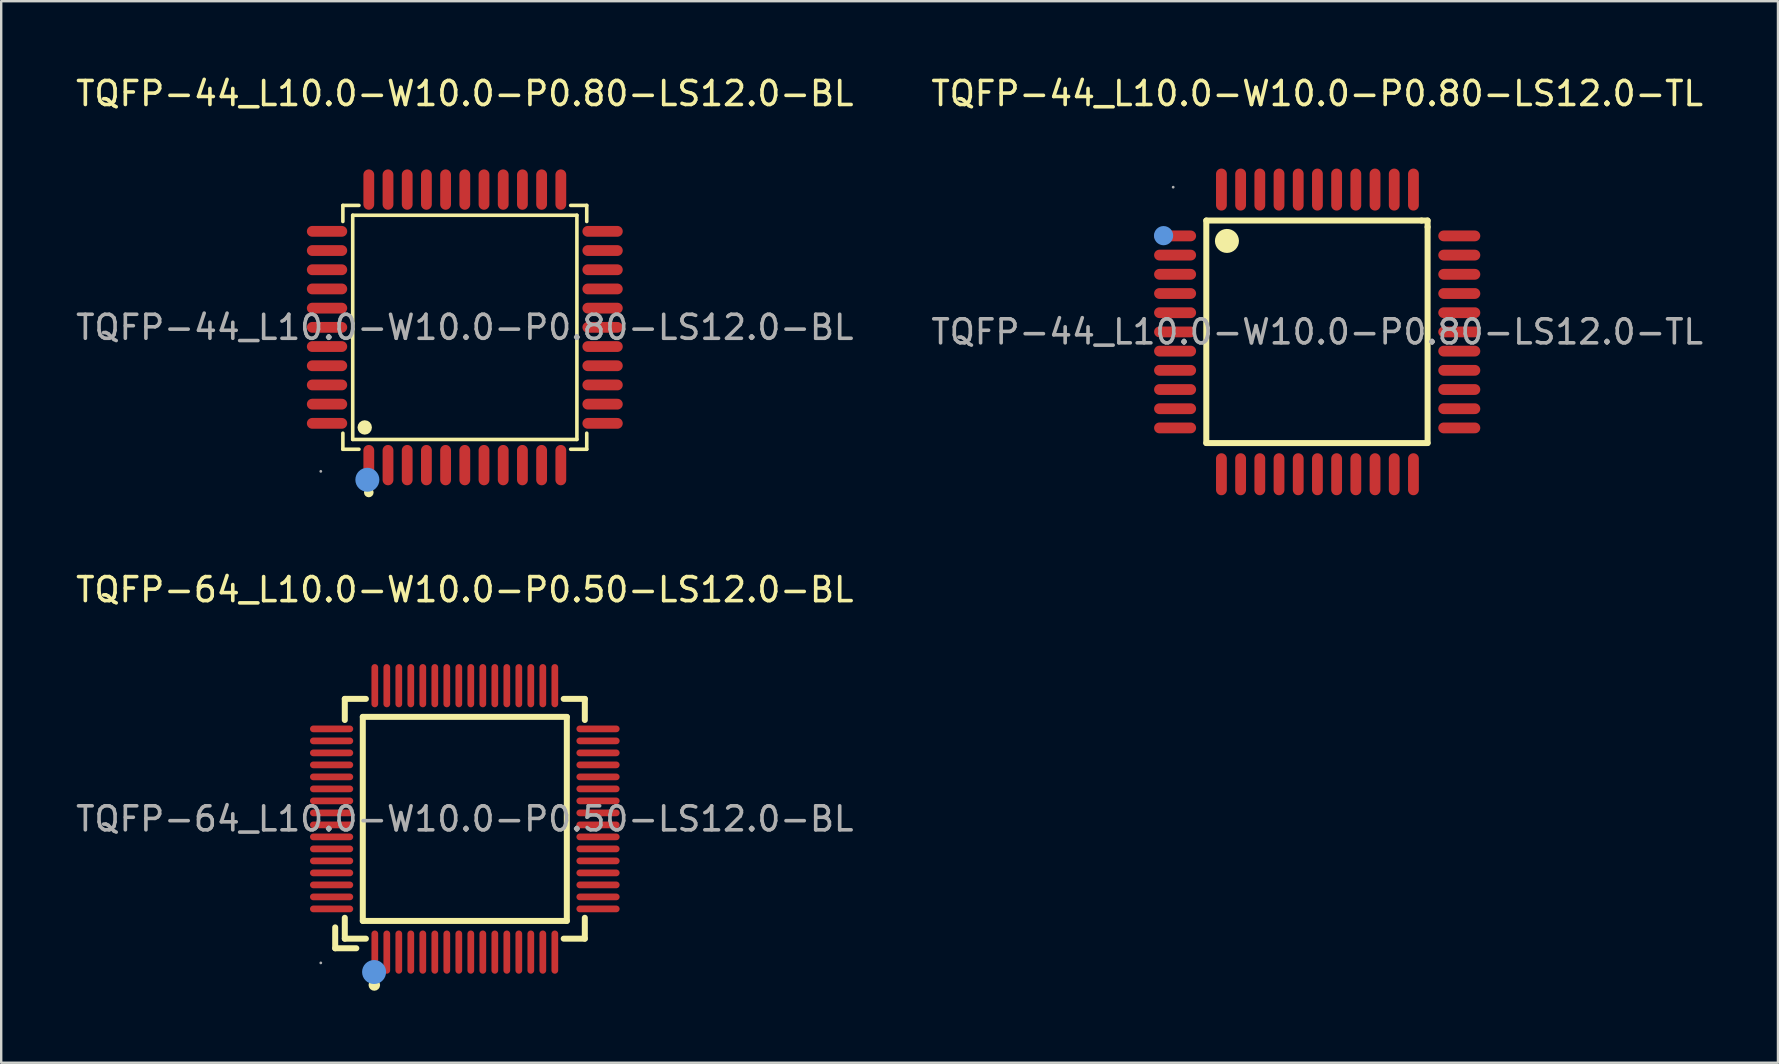
<source format=kicad_pcb>
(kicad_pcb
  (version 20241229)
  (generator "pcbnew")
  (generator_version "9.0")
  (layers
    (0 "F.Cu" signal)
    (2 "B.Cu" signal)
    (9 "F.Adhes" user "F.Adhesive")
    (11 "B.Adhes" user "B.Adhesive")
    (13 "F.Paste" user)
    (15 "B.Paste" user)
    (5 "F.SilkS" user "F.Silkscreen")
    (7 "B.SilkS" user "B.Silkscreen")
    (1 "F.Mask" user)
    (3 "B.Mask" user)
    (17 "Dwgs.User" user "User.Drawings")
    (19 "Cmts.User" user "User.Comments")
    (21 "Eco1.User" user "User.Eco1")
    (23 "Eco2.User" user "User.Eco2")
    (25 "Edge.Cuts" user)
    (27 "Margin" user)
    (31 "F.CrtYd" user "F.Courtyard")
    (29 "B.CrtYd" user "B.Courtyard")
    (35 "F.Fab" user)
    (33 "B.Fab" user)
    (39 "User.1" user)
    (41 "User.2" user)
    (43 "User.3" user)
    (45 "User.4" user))
  (footprint "TQFP-44_L10.0-W10.0-P0.80-LS12.0-TL"
    (layer "F.Cu")
    (at 51.827 10.778)
    (property "Reference" "TQFP-44_L10.0-W10.0-P0.80-LS12.0-TL" (at 0 -9.93 0) (layer "F.SilkS") (effects (font (size 1 1) (thickness 0.15))))
    (attr through_hole)
    (fp_line (start -4.62 -4.64) (end 4.35 -4.64) (stroke (width 0.25) (type solid)) (layer "F.SilkS"))
    (fp_line (start -4.62 4.63) (end -4.62 -4.64) (stroke (width 0.25) (type solid)) (layer "F.SilkS"))
    (fp_line (start 4.35 -4.64) (end 4.6 -4.64) (stroke (width 0.25) (type solid)) (layer "F.SilkS"))
    (fp_line (start 4.6 -4.64) (end 4.6 -4.37) (stroke (width 0.25) (type solid)) (layer "F.SilkS"))
    (fp_line (start 4.6 -4.37) (end 4.6 4.63) (stroke (width 0.25) (type solid)) (layer "F.SilkS"))
    (fp_line (start 4.6 4.63) (end -4.62 4.63) (stroke (width 0.25) (type solid)) (layer "F.SilkS"))
    (fp_arc (start -3.51 -3.79) (mid -4.00995 -3.785004) (end -3.5102 -3.799989) (stroke (width 0.5) (type solid)) (layer "F.SilkS"))
    (fp_circle (center -6.4 -4.01) (end -6.2 -4.01) (stroke (width 0.4) (type solid)) (fill no) (layer "Cmts.User"))
    (fp_circle (center -6 -6.03) (end -5.97 -6.03) (stroke (width 0.06) (type solid)) (fill no) (layer "F.Fab"))
    (fp_text user "${REFERENCE}" (at 0 0 0) (layer "F.Fab") (effects (font (size 1 1) (thickness 0.15))))
    (pad "1" smd oval (at -5.92 -4 90) (size 0.45 1.75) (layers "F.Cu" "F.Mask" "F.Paste"))
    (pad "2" smd oval (at -5.92 -3.2 90) (size 0.45 1.75) (layers "F.Cu" "F.Mask" "F.Paste"))
    (pad "3" smd oval (at -5.92 -2.4 90) (size 0.45 1.75) (layers "F.Cu" "F.Mask" "F.Paste"))
    (pad "4" smd oval (at -5.92 -1.6 90) (size 0.45 1.75) (layers "F.Cu" "F.Mask" "F.Paste"))
    (pad "5" smd oval (at -5.92 -0.8 90) (size 0.45 1.75) (layers "F.Cu" "F.Mask" "F.Paste"))
    (pad "6" smd oval (at -5.92 0 90) (size 0.45 1.75) (layers "F.Cu" "F.Mask" "F.Paste"))
    (pad "7" smd oval (at -5.92 0.8 90) (size 0.45 1.75) (layers "F.Cu" "F.Mask" "F.Paste"))
    (pad "8" smd oval (at -5.92 1.6 90) (size 0.45 1.75) (layers "F.Cu" "F.Mask" "F.Paste"))
    (pad "9" smd oval (at -5.92 2.4 90) (size 0.45 1.75) (layers "F.Cu" "F.Mask" "F.Paste"))
    (pad "10" smd oval (at -5.92 3.2 90) (size 0.45 1.75) (layers "F.Cu" "F.Mask" "F.Paste"))
    (pad "11" smd oval (at -5.92 4 90) (size 0.45 1.75) (layers "F.Cu" "F.Mask" "F.Paste"))
    (pad "12" smd oval (at -3.99 5.93) (size 0.45 1.75) (layers "F.Cu" "F.Mask" "F.Paste"))
    (pad "13" smd oval (at -3.19 5.93) (size 0.45 1.75) (layers "F.Cu" "F.Mask" "F.Paste"))
    (pad "14" smd oval (at -2.39 5.93) (size 0.45 1.75) (layers "F.Cu" "F.Mask" "F.Paste"))
    (pad "15" smd oval (at -1.59 5.93) (size 0.45 1.75) (layers "F.Cu" "F.Mask" "F.Paste"))
    (pad "16" smd oval (at -0.79 5.93) (size 0.45 1.75) (layers "F.Cu" "F.Mask" "F.Paste"))
    (pad "17" smd oval (at 0.01 5.93) (size 0.45 1.75) (layers "F.Cu" "F.Mask" "F.Paste"))
    (pad "18" smd oval (at 0.81 5.93) (size 0.45 1.75) (layers "F.Cu" "F.Mask" "F.Paste"))
    (pad "19" smd oval (at 1.61 5.93) (size 0.45 1.75) (layers "F.Cu" "F.Mask" "F.Paste"))
    (pad "20" smd oval (at 2.41 5.93) (size 0.45 1.75) (layers "F.Cu" "F.Mask" "F.Paste"))
    (pad "21" smd oval (at 3.21 5.93) (size 0.45 1.75) (layers "F.Cu" "F.Mask" "F.Paste"))
    (pad "22" smd oval (at 4.01 5.93) (size 0.45 1.75) (layers "F.Cu" "F.Mask" "F.Paste"))
    (pad "23" smd oval (at 5.92 4 90) (size 0.45 1.75) (layers "F.Cu" "F.Mask" "F.Paste"))
    (pad "24" smd oval (at 5.92 3.2 90) (size 0.45 1.75) (layers "F.Cu" "F.Mask" "F.Paste"))
    (pad "25" smd oval (at 5.92 2.4 90) (size 0.45 1.75) (layers "F.Cu" "F.Mask" "F.Paste"))
    (pad "26" smd oval (at 5.92 1.6 90) (size 0.45 1.75) (layers "F.Cu" "F.Mask" "F.Paste"))
    (pad "27" smd oval (at 5.92 0.8 90) (size 0.45 1.75) (layers "F.Cu" "F.Mask" "F.Paste"))
    (pad "28" smd oval (at 5.92 0 90) (size 0.45 1.75) (layers "F.Cu" "F.Mask" "F.Paste"))
    (pad "29" smd oval (at 5.92 -0.8 90) (size 0.45 1.75) (layers "F.Cu" "F.Mask" "F.Paste"))
    (pad "30" smd oval (at 5.92 -1.6 90) (size 0.45 1.75) (layers "F.Cu" "F.Mask" "F.Paste"))
    (pad "31" smd oval (at 5.92 -2.4 90) (size 0.45 1.75) (layers "F.Cu" "F.Mask" "F.Paste"))
    (pad "32" smd oval (at 5.92 -3.2 90) (size 0.45 1.75) (layers "F.Cu" "F.Mask" "F.Paste"))
    (pad "33" smd oval (at 5.92 -4 90) (size 0.45 1.75) (layers "F.Cu" "F.Mask" "F.Paste"))
    (pad "34" smd oval (at 4.01 -5.93) (size 0.45 1.75) (layers "F.Cu" "F.Mask" "F.Paste"))
    (pad "35" smd oval (at 3.21 -5.93) (size 0.45 1.75) (layers "F.Cu" "F.Mask" "F.Paste"))
    (pad "36" smd oval (at 2.41 -5.93) (size 0.45 1.75) (layers "F.Cu" "F.Mask" "F.Paste"))
    (pad "37" smd oval (at 1.61 -5.93) (size 0.45 1.75) (layers "F.Cu" "F.Mask" "F.Paste"))
    (pad "38" smd oval (at 0.81 -5.93) (size 0.45 1.75) (layers "F.Cu" "F.Mask" "F.Paste"))
    (pad "39" smd oval (at 0.01 -5.93) (size 0.45 1.75) (layers "F.Cu" "F.Mask" "F.Paste"))
    (pad "40" smd oval (at -0.79 -5.93) (size 0.45 1.75) (layers "F.Cu" "F.Mask" "F.Paste"))
    (pad "41" smd oval (at -1.59 -5.93) (size 0.45 1.75) (layers "F.Cu" "F.Mask" "F.Paste"))
    (pad "42" smd oval (at -2.39 -5.93) (size 0.45 1.75) (layers "F.Cu" "F.Mask" "F.Paste"))
    (pad "43" smd oval (at -3.19 -5.93) (size 0.45 1.75) (layers "F.Cu" "F.Mask" "F.Paste"))
    (pad "44" smd oval (at -3.99 -5.93) (size 0.45 1.75) (layers "F.Cu" "F.Mask" "F.Paste")))
  (footprint "TQFP-64_L10.0-W10.0-P0.50-LS12.0-BL"
    (layer "F.Cu")
    (at 16.315 31.067)
    (property "Reference" "TQFP-64_L10.0-W10.0-P0.50-LS12.0-BL" (at 0 -9.55 0) (layer "F.SilkS") (effects (font (size 1 1) (thickness 0.15))))
    (attr through_hole)
    (fp_line (start -5.4 4.52) (end -5.4 5.39) (stroke (width 0.25) (type solid)) (layer "F.SilkS"))
    (fp_line (start -5.4 5.39) (end -4.52 5.39) (stroke (width 0.25) (type solid)) (layer "F.SilkS"))
    (fp_line (start -5 -5) (end -5 -4.12) (stroke (width 0.25) (type solid)) (layer "F.SilkS"))
    (fp_line (start -5 4.12) (end -5 4.99) (stroke (width 0.25) (type solid)) (layer "F.SilkS"))
    (fp_line (start -5 4.99) (end -4.12 4.99) (stroke (width 0.25) (type solid)) (layer "F.SilkS"))
    (fp_line (start -4.25 -4.25) (end -4.25 4.25) (stroke (width 0.25) (type solid)) (layer "F.SilkS"))
    (fp_line (start -4.25 4.25) (end 4.25 4.25) (stroke (width 0.25) (type solid)) (layer "F.SilkS"))
    (fp_line (start -4.12 -5) (end -5 -5) (stroke (width 0.25) (type solid)) (layer "F.SilkS"))
    (fp_line (start 4.12 4.99) (end 5 4.99) (stroke (width 0.25) (type solid)) (layer "F.SilkS"))
    (fp_line (start 4.25 -4.25) (end -4.25 -4.25) (stroke (width 0.25) (type solid)) (layer "F.SilkS"))
    (fp_line (start 4.25 4.25) (end 4.25 -4.25) (stroke (width 0.25) (type solid)) (layer "F.SilkS"))
    (fp_line (start 5 -5) (end 4.12 -5) (stroke (width 0.25) (type solid)) (layer "F.SilkS"))
    (fp_line (start 5 -4.12) (end 5 -5) (stroke (width 0.25) (type solid)) (layer "F.SilkS"))
    (fp_line (start 5 4.99) (end 5 4.12) (stroke (width 0.25) (type solid)) (layer "F.SilkS"))
    (fp_circle (center -3.77 6.92) (end -3.65 6.92) (stroke (width 0.24) (type solid)) (fill no) (layer "F.SilkS"))
    (fp_circle (center -3.78 6.38) (end -3.53 6.38) (stroke (width 0.5) (type solid)) (fill no) (layer "Cmts.User"))
    (fp_circle (center -6 6) (end -5.97 6) (stroke (width 0.06) (type solid)) (fill no) (layer "F.Fab"))
    (fp_text user "${REFERENCE}" (at 0 0 0) (layer "F.Fab") (effects (font (size 1 1) (thickness 0.15))))
    (pad "1" smd oval (at -3.75 5.55) (size 0.28 1.8) (layers "F.Cu" "F.Mask" "F.Paste"))
    (pad "2" smd oval (at -3.25 5.55) (size 0.28 1.8) (layers "F.Cu" "F.Mask" "F.Paste"))
    (pad "3" smd oval (at -2.75 5.55) (size 0.28 1.8) (layers "F.Cu" "F.Mask" "F.Paste"))
    (pad "4" smd oval (at -2.25 5.55) (size 0.28 1.8) (layers "F.Cu" "F.Mask" "F.Paste"))
    (pad "5" smd oval (at -1.75 5.55) (size 0.28 1.8) (layers "F.Cu" "F.Mask" "F.Paste"))
    (pad "6" smd oval (at -1.25 5.55) (size 0.28 1.8) (layers "F.Cu" "F.Mask" "F.Paste"))
    (pad "7" smd oval (at -0.75 5.55) (size 0.28 1.8) (layers "F.Cu" "F.Mask" "F.Paste"))
    (pad "8" smd oval (at -0.25 5.55) (size 0.28 1.8) (layers "F.Cu" "F.Mask" "F.Paste"))
    (pad "9" smd oval (at 0.25 5.55) (size 0.28 1.8) (layers "F.Cu" "F.Mask" "F.Paste"))
    (pad "10" smd oval (at 0.75 5.55) (size 0.28 1.8) (layers "F.Cu" "F.Mask" "F.Paste"))
    (pad "11" smd oval (at 1.25 5.55) (size 0.28 1.8) (layers "F.Cu" "F.Mask" "F.Paste"))
    (pad "12" smd oval (at 1.75 5.55) (size 0.28 1.8) (layers "F.Cu" "F.Mask" "F.Paste"))
    (pad "13" smd oval (at 2.25 5.55) (size 0.28 1.8) (layers "F.Cu" "F.Mask" "F.Paste"))
    (pad "14" smd oval (at 2.75 5.55) (size 0.28 1.8) (layers "F.Cu" "F.Mask" "F.Paste"))
    (pad "15" smd oval (at 3.25 5.55) (size 0.28 1.8) (layers "F.Cu" "F.Mask" "F.Paste"))
    (pad "16" smd oval (at 3.75 5.55) (size 0.28 1.8) (layers "F.Cu" "F.Mask" "F.Paste"))
    (pad "17" smd oval (at 5.55 3.75) (size 1.8 0.28) (layers "F.Cu" "F.Mask" "F.Paste"))
    (pad "18" smd oval (at 5.55 3.25) (size 1.8 0.28) (layers "F.Cu" "F.Mask" "F.Paste"))
    (pad "19" smd oval (at 5.55 2.75) (size 1.8 0.28) (layers "F.Cu" "F.Mask" "F.Paste"))
    (pad "20" smd oval (at 5.55 2.25) (size 1.8 0.28) (layers "F.Cu" "F.Mask" "F.Paste"))
    (pad "21" smd oval (at 5.55 1.75) (size 1.8 0.28) (layers "F.Cu" "F.Mask" "F.Paste"))
    (pad "22" smd oval (at 5.55 1.25) (size 1.8 0.28) (layers "F.Cu" "F.Mask" "F.Paste"))
    (pad "23" smd oval (at 5.55 0.75) (size 1.8 0.28) (layers "F.Cu" "F.Mask" "F.Paste"))
    (pad "24" smd oval (at 5.55 0.25) (size 1.8 0.28) (layers "F.Cu" "F.Mask" "F.Paste"))
    (pad "25" smd oval (at 5.55 -0.25) (size 1.8 0.28) (layers "F.Cu" "F.Mask" "F.Paste"))
    (pad "26" smd oval (at 5.55 -0.75) (size 1.8 0.28) (layers "F.Cu" "F.Mask" "F.Paste"))
    (pad "27" smd oval (at 5.55 -1.25) (size 1.8 0.28) (layers "F.Cu" "F.Mask" "F.Paste"))
    (pad "28" smd oval (at 5.55 -1.75) (size 1.8 0.28) (layers "F.Cu" "F.Mask" "F.Paste"))
    (pad "29" smd oval (at 5.55 -2.25) (size 1.8 0.28) (layers "F.Cu" "F.Mask" "F.Paste"))
    (pad "30" smd oval (at 5.55 -2.75) (size 1.8 0.28) (layers "F.Cu" "F.Mask" "F.Paste"))
    (pad "31" smd oval (at 5.55 -3.25) (size 1.8 0.28) (layers "F.Cu" "F.Mask" "F.Paste"))
    (pad "32" smd oval (at 5.55 -3.75) (size 1.8 0.28) (layers "F.Cu" "F.Mask" "F.Paste"))
    (pad "33" smd oval (at 3.75 -5.55) (size 0.28 1.8) (layers "F.Cu" "F.Mask" "F.Paste"))
    (pad "34" smd oval (at 3.25 -5.55) (size 0.28 1.8) (layers "F.Cu" "F.Mask" "F.Paste"))
    (pad "35" smd oval (at 2.75 -5.55) (size 0.28 1.8) (layers "F.Cu" "F.Mask" "F.Paste"))
    (pad "36" smd oval (at 2.25 -5.55) (size 0.28 1.8) (layers "F.Cu" "F.Mask" "F.Paste"))
    (pad "37" smd oval (at 1.75 -5.55) (size 0.28 1.8) (layers "F.Cu" "F.Mask" "F.Paste"))
    (pad "38" smd oval (at 1.25 -5.55) (size 0.28 1.8) (layers "F.Cu" "F.Mask" "F.Paste"))
    (pad "39" smd oval (at 0.75 -5.55) (size 0.28 1.8) (layers "F.Cu" "F.Mask" "F.Paste"))
    (pad "40" smd oval (at 0.25 -5.55) (size 0.28 1.8) (layers "F.Cu" "F.Mask" "F.Paste"))
    (pad "41" smd oval (at -0.25 -5.55) (size 0.28 1.8) (layers "F.Cu" "F.Mask" "F.Paste"))
    (pad "42" smd oval (at -0.75 -5.55) (size 0.28 1.8) (layers "F.Cu" "F.Mask" "F.Paste"))
    (pad "43" smd oval (at -1.25 -5.55) (size 0.28 1.8) (layers "F.Cu" "F.Mask" "F.Paste"))
    (pad "44" smd oval (at -1.75 -5.55) (size 0.28 1.8) (layers "F.Cu" "F.Mask" "F.Paste"))
    (pad "45" smd oval (at -2.25 -5.55) (size 0.28 1.8) (layers "F.Cu" "F.Mask" "F.Paste"))
    (pad "46" smd oval (at -2.75 -5.55) (size 0.28 1.8) (layers "F.Cu" "F.Mask" "F.Paste"))
    (pad "47" smd oval (at -3.25 -5.55) (size 0.28 1.8) (layers "F.Cu" "F.Mask" "F.Paste"))
    (pad "48" smd oval (at -3.75 -5.55) (size 0.28 1.8) (layers "F.Cu" "F.Mask" "F.Paste"))
    (pad "49" smd oval (at -5.55 -3.75) (size 1.8 0.28) (layers "F.Cu" "F.Mask" "F.Paste"))
    (pad "50" smd oval (at -5.55 -3.25) (size 1.8 0.28) (layers "F.Cu" "F.Mask" "F.Paste"))
    (pad "51" smd oval (at -5.55 -2.75) (size 1.8 0.28) (layers "F.Cu" "F.Mask" "F.Paste"))
    (pad "52" smd oval (at -5.55 -2.25) (size 1.8 0.28) (layers "F.Cu" "F.Mask" "F.Paste"))
    (pad "53" smd oval (at -5.55 -1.75) (size 1.8 0.28) (layers "F.Cu" "F.Mask" "F.Paste"))
    (pad "54" smd oval (at -5.55 -1.25) (size 1.8 0.28) (layers "F.Cu" "F.Mask" "F.Paste"))
    (pad "55" smd oval (at -5.55 -0.75) (size 1.8 0.28) (layers "F.Cu" "F.Mask" "F.Paste"))
    (pad "56" smd oval (at -5.55 -0.25) (size 1.8 0.28) (layers "F.Cu" "F.Mask" "F.Paste"))
    (pad "57" smd oval (at -5.55 0.25) (size 1.8 0.28) (layers "F.Cu" "F.Mask" "F.Paste"))
    (pad "58" smd oval (at -5.55 0.75) (size 1.8 0.28) (layers "F.Cu" "F.Mask" "F.Paste"))
    (pad "59" smd oval (at -5.55 1.25) (size 1.8 0.28) (layers "F.Cu" "F.Mask" "F.Paste"))
    (pad "60" smd oval (at -5.55 1.75) (size 1.8 0.28) (layers "F.Cu" "F.Mask" "F.Paste"))
    (pad "61" smd oval (at -5.55 2.25) (size 1.8 0.28) (layers "F.Cu" "F.Mask" "F.Paste"))
    (pad "62" smd oval (at -5.55 2.75) (size 1.8 0.28) (layers "F.Cu" "F.Mask" "F.Paste"))
    (pad "63" smd oval (at -5.55 3.25) (size 1.8 0.28) (layers "F.Cu" "F.Mask" "F.Paste"))
    (pad "64" smd oval (at -5.55 3.75) (size 1.8 0.28) (layers "F.Cu" "F.Mask" "F.Paste")))
  (footprint "TQFP-44_L10.0-W10.0-P0.80-LS12.0-BL"
    (layer "F.Cu")
    (at 16.315 10.588)
    (property "Reference" "TQFP-44_L10.0-W10.0-P0.80-LS12.0-BL" (at 0 -9.74 0) (layer "F.SilkS") (effects (font (size 1 1) (thickness 0.15))))
    (attr through_hole)
    (fp_line (start -5.08 -5.08) (end -4.41 -5.08) (stroke (width 0.15) (type solid)) (layer "F.SilkS"))
    (fp_line (start -5.08 -4.41) (end -5.08 -5.08) (stroke (width 0.15) (type solid)) (layer "F.SilkS"))
    (fp_line (start -5.08 4.41) (end -5.08 5.08) (stroke (width 0.15) (type solid)) (layer "F.SilkS"))
    (fp_line (start -5.08 5.08) (end -4.41 5.08) (stroke (width 0.15) (type solid)) (layer "F.SilkS"))
    (fp_line (start -4.67 -4.67) (end 4.67 -4.67) (stroke (width 0.15) (type solid)) (layer "F.SilkS"))
    (fp_line (start -4.67 4.67) (end -4.67 -4.67) (stroke (width 0.15) (type solid)) (layer "F.SilkS"))
    (fp_line (start 4.67 -4.67) (end 4.67 4.67) (stroke (width 0.15) (type solid)) (layer "F.SilkS"))
    (fp_line (start 4.67 4.67) (end -4.67 4.67) (stroke (width 0.15) (type solid)) (layer "F.SilkS"))
    (fp_line (start 5.08 -5.08) (end 4.41 -5.08) (stroke (width 0.15) (type solid)) (layer "F.SilkS"))
    (fp_line (start 5.08 -4.41) (end 5.08 -5.08) (stroke (width 0.15) (type solid)) (layer "F.SilkS"))
    (fp_line (start 5.08 4.41) (end 5.08 5.08) (stroke (width 0.15) (type solid)) (layer "F.SilkS"))
    (fp_line (start 5.08 5.08) (end 4.41 5.08) (stroke (width 0.15) (type solid)) (layer "F.SilkS"))
    (fp_circle (center -4.17 4.17) (end -4.02 4.17) (stroke (width 0.3) (type solid)) (fill no) (layer "F.SilkS"))
    (fp_circle (center -4 6.88) (end -3.9 6.88) (stroke (width 0.2) (type solid)) (fill no) (layer "F.SilkS"))
    (fp_circle (center -4.06 6.35) (end -3.81 6.35) (stroke (width 0.5) (type solid)) (fill no) (layer "Cmts.User"))
    (fp_circle (center -6 6) (end -5.97 6) (stroke (width 0.06) (type solid)) (fill no) (layer "F.Fab"))
    (fp_text user "${REFERENCE}" (at 0 0 0) (layer "F.Fab") (effects (font (size 1 1) (thickness 0.15))))
    (pad "1" smd oval (at -4 5.74) (size 0.45 1.68) (layers "F.Cu" "F.Mask" "F.Paste"))
    (pad "2" smd oval (at -3.2 5.74) (size 0.45 1.68) (layers "F.Cu" "F.Mask" "F.Paste"))
    (pad "3" smd oval (at -2.4 5.74) (size 0.45 1.68) (layers "F.Cu" "F.Mask" "F.Paste"))
    (pad "4" smd oval (at -1.6 5.74) (size 0.45 1.68) (layers "F.Cu" "F.Mask" "F.Paste"))
    (pad "5" smd oval (at -0.8 5.74) (size 0.45 1.68) (layers "F.Cu" "F.Mask" "F.Paste"))
    (pad "6" smd oval (at 0 5.74) (size 0.45 1.68) (layers "F.Cu" "F.Mask" "F.Paste"))
    (pad "7" smd oval (at 0.8 5.74) (size 0.45 1.68) (layers "F.Cu" "F.Mask" "F.Paste"))
    (pad "8" smd oval (at 1.6 5.74) (size 0.45 1.68) (layers "F.Cu" "F.Mask" "F.Paste"))
    (pad "9" smd oval (at 2.4 5.74) (size 0.45 1.68) (layers "F.Cu" "F.Mask" "F.Paste"))
    (pad "10" smd oval (at 3.2 5.74) (size 0.45 1.68) (layers "F.Cu" "F.Mask" "F.Paste"))
    (pad "11" smd oval (at 4 5.74) (size 0.45 1.68) (layers "F.Cu" "F.Mask" "F.Paste"))
    (pad "12" smd oval (at 5.74 4) (size 1.68 0.45) (layers "F.Cu" "F.Mask" "F.Paste"))
    (pad "13" smd oval (at 5.74 3.2) (size 1.68 0.45) (layers "F.Cu" "F.Mask" "F.Paste"))
    (pad "14" smd oval (at 5.74 2.4) (size 1.68 0.45) (layers "F.Cu" "F.Mask" "F.Paste"))
    (pad "15" smd oval (at 5.74 1.6) (size 1.68 0.45) (layers "F.Cu" "F.Mask" "F.Paste"))
    (pad "16" smd oval (at 5.74 0.8) (size 1.68 0.45) (layers "F.Cu" "F.Mask" "F.Paste"))
    (pad "17" smd oval (at 5.74 0) (size 1.68 0.45) (layers "F.Cu" "F.Mask" "F.Paste"))
    (pad "18" smd oval (at 5.74 -0.8) (size 1.68 0.45) (layers "F.Cu" "F.Mask" "F.Paste"))
    (pad "19" smd oval (at 5.74 -1.6) (size 1.68 0.45) (layers "F.Cu" "F.Mask" "F.Paste"))
    (pad "20" smd oval (at 5.74 -2.4) (size 1.68 0.45) (layers "F.Cu" "F.Mask" "F.Paste"))
    (pad "21" smd oval (at 5.74 -3.2) (size 1.68 0.45) (layers "F.Cu" "F.Mask" "F.Paste"))
    (pad "22" smd oval (at 5.74 -4) (size 1.68 0.45) (layers "F.Cu" "F.Mask" "F.Paste"))
    (pad "23" smd oval (at 4 -5.74) (size 0.45 1.68) (layers "F.Cu" "F.Mask" "F.Paste"))
    (pad "24" smd oval (at 3.2 -5.74) (size 0.45 1.68) (layers "F.Cu" "F.Mask" "F.Paste"))
    (pad "25" smd oval (at 2.4 -5.74) (size 0.45 1.68) (layers "F.Cu" "F.Mask" "F.Paste"))
    (pad "26" smd oval (at 1.6 -5.74) (size 0.45 1.68) (layers "F.Cu" "F.Mask" "F.Paste"))
    (pad "27" smd oval (at 0.8 -5.74) (size 0.45 1.68) (layers "F.Cu" "F.Mask" "F.Paste"))
    (pad "28" smd oval (at 0 -5.74) (size 0.45 1.68) (layers "F.Cu" "F.Mask" "F.Paste"))
    (pad "29" smd oval (at -0.8 -5.74) (size 0.45 1.68) (layers "F.Cu" "F.Mask" "F.Paste"))
    (pad "30" smd oval (at -1.6 -5.74) (size 0.45 1.68) (layers "F.Cu" "F.Mask" "F.Paste"))
    (pad "31" smd oval (at -2.4 -5.74) (size 0.45 1.68) (layers "F.Cu" "F.Mask" "F.Paste"))
    (pad "32" smd oval (at -3.2 -5.74) (size 0.45 1.68) (layers "F.Cu" "F.Mask" "F.Paste"))
    (pad "33" smd oval (at -4 -5.74) (size 0.45 1.68) (layers "F.Cu" "F.Mask" "F.Paste"))
    (pad "34" smd oval (at -5.74 -4) (size 1.68 0.45) (layers "F.Cu" "F.Mask" "F.Paste"))
    (pad "35" smd oval (at -5.74 -3.2) (size 1.68 0.45) (layers "F.Cu" "F.Mask" "F.Paste"))
    (pad "36" smd oval (at -5.74 -2.4) (size 1.68 0.45) (layers "F.Cu" "F.Mask" "F.Paste"))
    (pad "37" smd oval (at -5.74 -1.6) (size 1.68 0.45) (layers "F.Cu" "F.Mask" "F.Paste"))
    (pad "38" smd oval (at -5.74 -0.8) (size 1.68 0.45) (layers "F.Cu" "F.Mask" "F.Paste"))
    (pad "39" smd oval (at -5.74 0) (size 1.68 0.45) (layers "F.Cu" "F.Mask" "F.Paste"))
    (pad "40" smd oval (at -5.74 0.8) (size 1.68 0.45) (layers "F.Cu" "F.Mask" "F.Paste"))
    (pad "41" smd oval (at -5.74 1.6) (size 1.68 0.45) (layers "F.Cu" "F.Mask" "F.Paste"))
    (pad "42" smd oval (at -5.74 2.4) (size 1.68 0.45) (layers "F.Cu" "F.Mask" "F.Paste"))
    (pad "43" smd oval (at -5.74 3.2) (size 1.68 0.45) (layers "F.Cu" "F.Mask" "F.Paste"))
    (pad "44" smd oval (at -5.74 4) (size 1.68 0.45) (layers "F.Cu" "F.Mask" "F.Paste")))
  (gr_rect
    (start -3 -3)
    (end 71.024 41.227)
    (stroke (width 0.1) (type default))
    (fill no)
    (layer "Edge.Cuts")))
</source>
